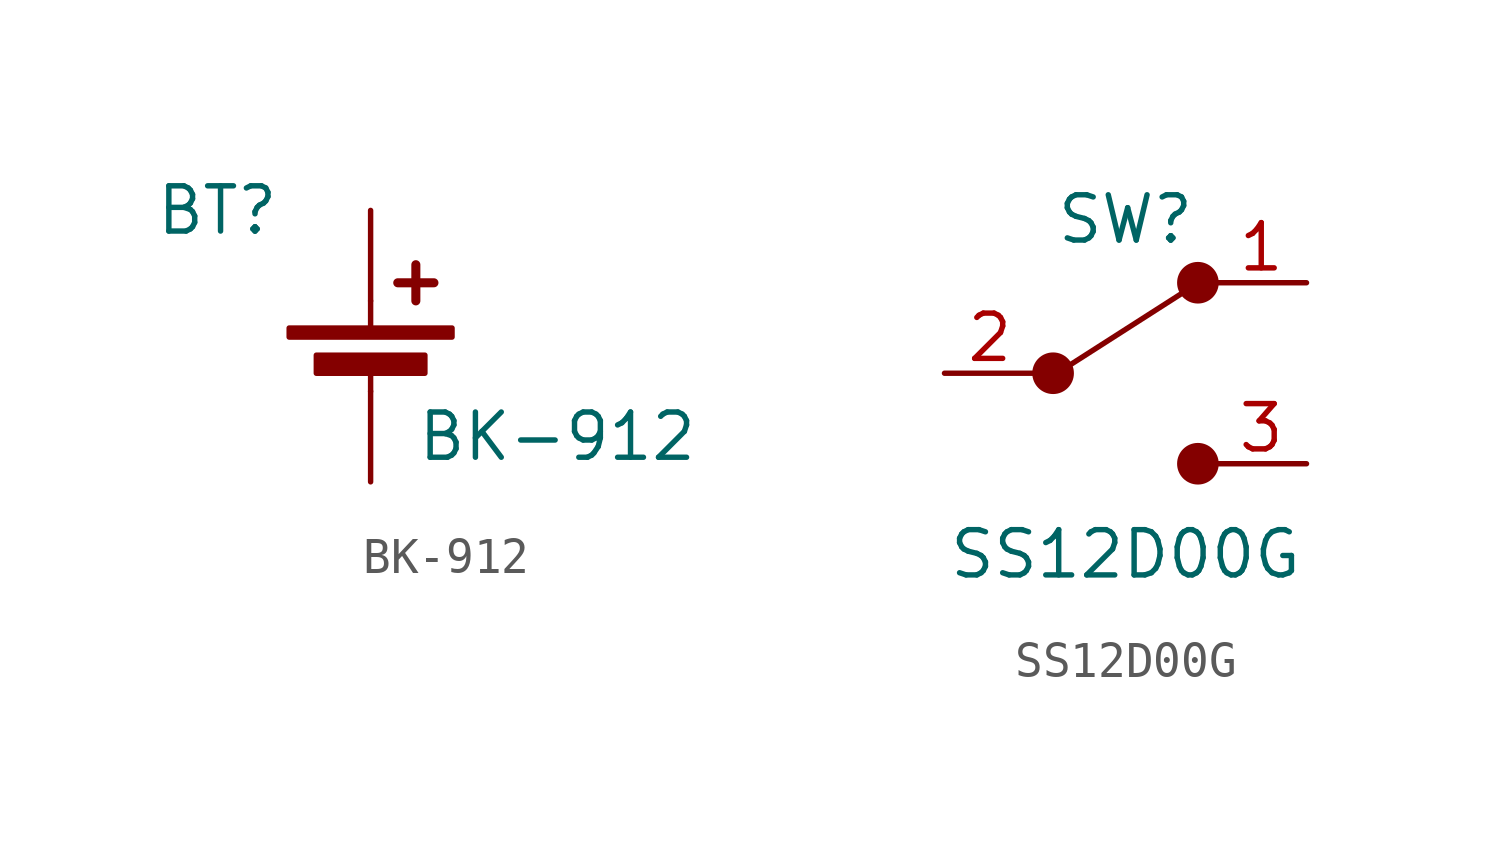
<source format=kicad_sym>
(kicad_symbol_lib
  (version 20231120)
  (generator "kicad_symbol_editor")
  (generator_version "8.0")
  (symbol "BK-912"
    (pin_numbers hide)
    (pin_names
      (offset 1.016) hide)
    (property "Reference" "BT"
      (at -2.54 3.81 0)
      (effects (font (size 1.27 1.27)) (justify right)))
    (property "Value" "BK-912"
      (at 1.27 -2.54 0)
      (effects (font (size 1.27 1.27)) (justify left)))
    (symbol "BK-912_0_0"
      (pin passive line (at 0 3.81 270) (length 2.54) (name "~" (effects (font (size 1.27 1.27)))) (number "+" (effects (font (size 1.27 1.27)))))
      (pin passive line (at 0 -3.81 90) (length 2.54) (name "~" (effects (font (size 1.27 1.27)))) (number "-" (effects (font (size 1.27 1.27))))))
    (symbol "BK-912_0_1"
      (rectangle (start -2.286 0.508) (end 2.286 0.254) (stroke (width 0) (type default)) (fill (type outline)))
      (rectangle (start -1.524 -0.254) (end 1.524 -0.762) (stroke (width 0) (type default)) (fill (type outline)))
      (polyline (pts (xy 0 -0.508) (xy 0 -1.27)) (stroke (width 0) (type default)) (fill (type none)))
      (polyline (pts (xy 0 0.508) (xy 0 1.27)) (stroke (width 0) (type default)) (fill (type none)))
      (polyline (pts (xy 0.762 1.778) (xy 1.778 1.778)) (stroke (width 0.254) (type default)) (fill (type none)))
      (polyline (pts (xy 1.27 2.286) (xy 1.27 1.27)) (stroke (width 0.254) (type default)) (fill (type none)))))
  (symbol "SS12D00G"
    (pin_names
      (offset 0) hide)
    (property "Reference" "SW"
      (at 0 4.318 0)
      (effects (font (size 1.27 1.27))))
    (property "Value" "SS12D00G"
      (at 0 -5.08 0)
      (effects (font (size 1.27 1.27))))
    (symbol "SS12D00G_0_0"
      (circle (center -2.032 0) (radius 0.508) (stroke (width 0) (type default)) (fill (type outline)))
      (circle (center 2.032 -2.54) (radius 0.508) (stroke (width 0) (type default)) (fill (type outline))))
    (symbol "SS12D00G_0_1"
      (polyline (pts (xy -1.524 0.254) (xy 1.651 2.286)) (stroke (width 0) (type default)) (fill (type none)))
      (circle (center 2.032 2.54) (radius 0.508) (stroke (width 0) (type default)) (fill (type outline))))
    (symbol "SS12D00G_1_1"
      (pin passive line (at 5.08 2.54 180) (length 2.54) (name "A" (effects (font (size 1.27 1.27)))) (number "1" (effects (font (size 1.27 1.27)))))
      (pin passive line (at -5.08 0 0) (length 2.54) (name "B" (effects (font (size 1.27 1.27)))) (number "2" (effects (font (size 1.27 1.27)))))
      (pin passive line (at 5.08 -2.54 180) (length 2.54) (name "C" (effects (font (size 1.27 1.27)))) (number "3" (effects (font (size 1.27 1.27))))))))
</source>
